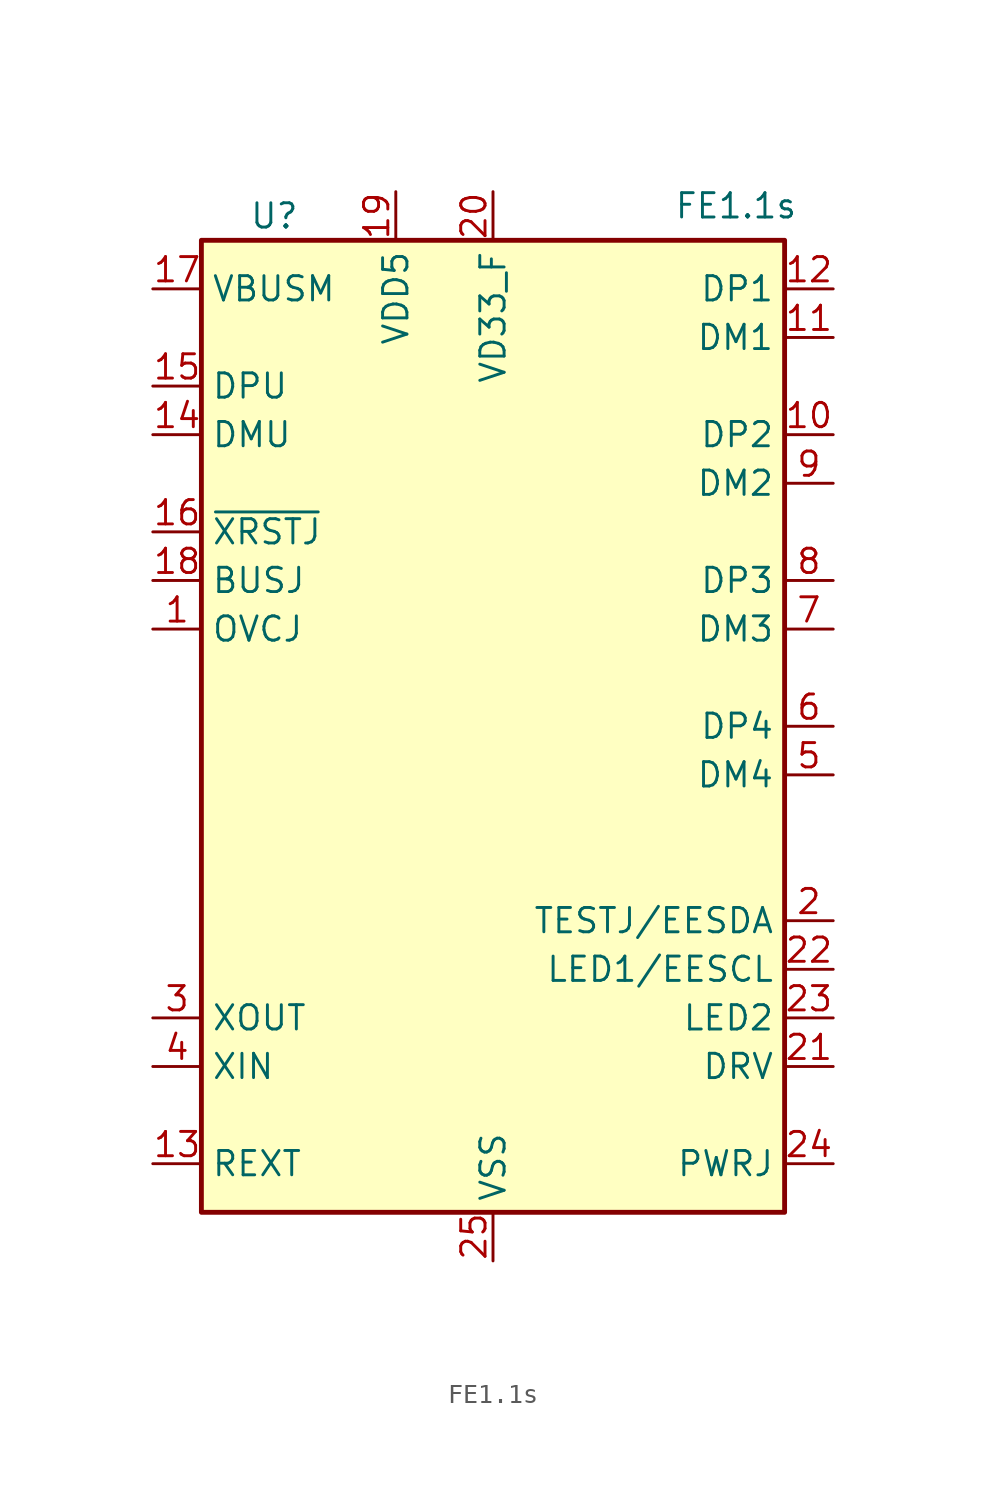
<source format=kicad_sym>
(kicad_symbol_lib
  (version 20211014)
  (generator kicad_symbol_editor)
  (symbol "FE1.1s"
    (property "Reference" "U"
      (at -11.43 26.67 0)
      (effects (font (size 1.27 1.27))))
    (property "Value" "FE1.1s"
      (at 12.7 27.94 0)
      (effects (font (size 1.27 1.27)) (justify top)))
    (symbol "FE1.1s_0_1"
      (rectangle (start -15.24 25.4) (end 15.24 -25.4) (stroke (width 0.254) (type default) (color 0 0 0 0)) (fill (type background))))
    (symbol "FE1.1s_1_1"
      (pin input line (at -17.78 5.08 0) (length 2.54) (name "OVCJ" (effects (font (size 1.27 1.27)))) (number "1" (effects (font (size 1.27 1.27)))))
      (pin bidirectional line (at 17.78 15.24 180) (length 2.54) (name "DP2" (effects (font (size 1.27 1.27)))) (number "10" (effects (font (size 1.27 1.27)))))
      (pin bidirectional line (at 17.78 20.32 180) (length 2.54) (name "DM1" (effects (font (size 1.27 1.27)))) (number "11" (effects (font (size 1.27 1.27)))))
      (pin bidirectional line (at 17.78 22.86 180) (length 2.54) (name "DP1" (effects (font (size 1.27 1.27)))) (number "12" (effects (font (size 1.27 1.27)))))
      (pin passive line (at -17.78 -22.86 0) (length 2.54) (name "REXT" (effects (font (size 1.27 1.27)))) (number "13" (effects (font (size 1.27 1.27)))))
      (pin bidirectional line (at -17.78 15.24 0) (length 2.54) (name "DMU" (effects (font (size 1.27 1.27)))) (number "14" (effects (font (size 1.27 1.27)))))
      (pin bidirectional line (at -17.78 17.78 0) (length 2.54) (name "DPU" (effects (font (size 1.27 1.27)))) (number "15" (effects (font (size 1.27 1.27)))))
      (pin input line (at -17.78 10.16 0) (length 2.54) (name "~{XRSTJ}" (effects (font (size 1.27 1.27)))) (number "16" (effects (font (size 1.27 1.27)))))
      (pin input line (at -17.78 22.86 0) (length 2.54) (name "VBUSM" (effects (font (size 1.27 1.27)))) (number "17" (effects (font (size 1.27 1.27)))))
      (pin input line (at -17.78 7.62 0) (length 2.54) (name "BUSJ" (effects (font (size 1.27 1.27)))) (number "18" (effects (font (size 1.27 1.27)))))
      (pin power_in line (at -5.08 27.94 270) (length 2.54) (name "VDD5" (effects (font (size 1.27 1.27)))) (number "19" (effects (font (size 1.27 1.27)))))
      (pin bidirectional line (at 17.78 -10.16 180) (length 2.54) (name "TESTJ/EESDA" (effects (font (size 1.27 1.27)))) (number "2" (effects (font (size 1.27 1.27)))))
      (pin power_out line (at 0 27.94 270) (length 2.54) (name "VD33_F" (effects (font (size 1.27 1.27)))) (number "20" (effects (font (size 1.27 1.27)))))
      (pin bidirectional line (at 17.78 -17.78 180) (length 2.54) (name "DRV" (effects (font (size 1.27 1.27)))) (number "21" (effects (font (size 1.27 1.27)))))
      (pin bidirectional line (at 17.78 -12.7 180) (length 2.54) (name "LED1/EESCL" (effects (font (size 1.27 1.27)))) (number "22" (effects (font (size 1.27 1.27)))))
      (pin bidirectional line (at 17.78 -15.24 180) (length 2.54) (name "LED2" (effects (font (size 1.27 1.27)))) (number "23" (effects (font (size 1.27 1.27)))))
      (pin output line (at 17.78 -22.86 180) (length 2.54) (name "PWRJ" (effects (font (size 1.27 1.27)))) (number "24" (effects (font (size 1.27 1.27)))))
      (pin power_in line (at 0 -27.94 90) (length 2.54) (name "VSS" (effects (font (size 1.27 1.27)))) (number "25" (effects (font (size 1.27 1.27)))))
      (pin output line (at -17.78 -15.24 0) (length 2.54) (name "XOUT" (effects (font (size 1.27 1.27)))) (number "3" (effects (font (size 1.27 1.27)))))
      (pin input line (at -17.78 -17.78 0) (length 2.54) (name "XIN" (effects (font (size 1.27 1.27)))) (number "4" (effects (font (size 1.27 1.27)))))
      (pin bidirectional line (at 17.78 -2.54 180) (length 2.54) (name "DM4" (effects (font (size 1.27 1.27)))) (number "5" (effects (font (size 1.27 1.27)))))
      (pin bidirectional line (at 17.78 0 180) (length 2.54) (name "DP4" (effects (font (size 1.27 1.27)))) (number "6" (effects (font (size 1.27 1.27)))))
      (pin bidirectional line (at 17.78 5.08 180) (length 2.54) (name "DM3" (effects (font (size 1.27 1.27)))) (number "7" (effects (font (size 1.27 1.27)))))
      (pin bidirectional line (at 17.78 7.62 180) (length 2.54) (name "DP3" (effects (font (size 1.27 1.27)))) (number "8" (effects (font (size 1.27 1.27)))))
      (pin bidirectional line (at 17.78 12.7 180) (length 2.54) (name "DM2" (effects (font (size 1.27 1.27)))) (number "9" (effects (font (size 1.27 1.27))))))))
</source>
